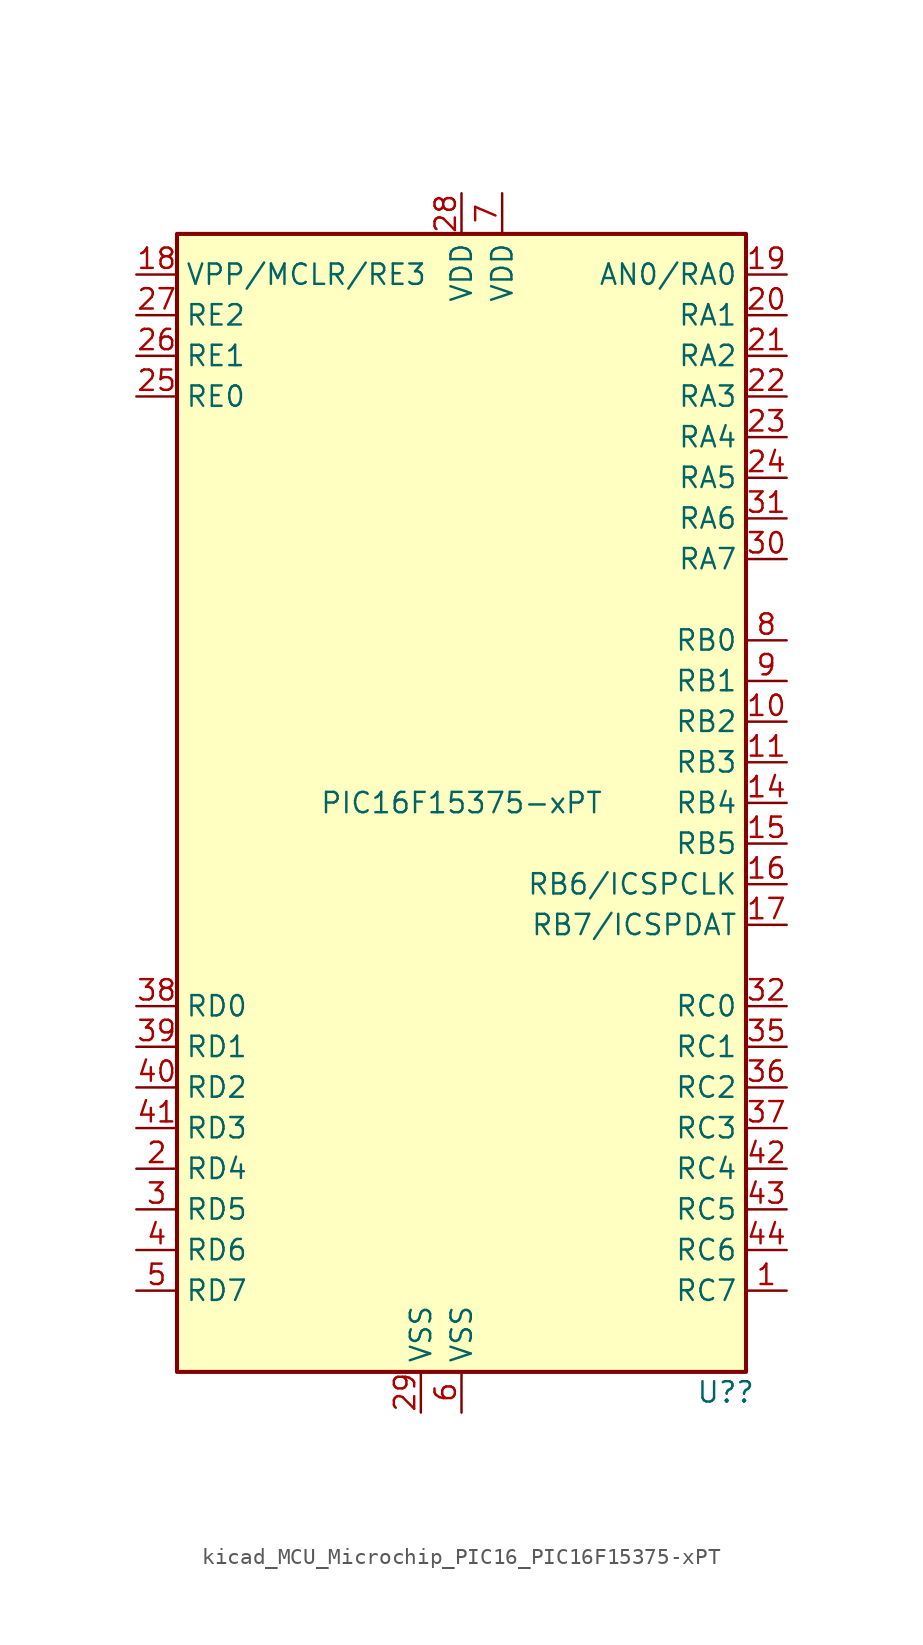
<source format=kicad_sym>
(kicad_symbol_lib
  (version 20220914)
  (generator kicad_symbol_editor)
  (symbol "kicad_MCU_Microchip_PIC16_PIC16F15375-xPT"
    (property "Reference" "U?"
      (at 16.51 -36.83 0)
      (effects (font (size 1.27 1.27))))
    (property "Value" "PIC16F15375-xPT"
      (at 0 0 0)
      (effects (font (size 1.27 1.27))))
    (symbol "kicad_MCU_Microchip_PIC16_PIC16F15375-xPT_0_0"
      (pin no_connect line (at -17.78 5.08 0) (length 2.54) hide (name "NC" (effects (font (size 1.27 1.27)))) (number "12" (effects (font (size 1.27 1.27)))))
      (pin no_connect line (at -17.78 0 0) (length 2.54) hide (name "NC" (effects (font (size 1.27 1.27)))) (number "13" (effects (font (size 1.27 1.27)))))
      (pin no_connect line (at -17.78 2.54 0) (length 2.54) hide (name "NC" (effects (font (size 1.27 1.27)))) (number "33" (effects (font (size 1.27 1.27)))))
      (pin no_connect line (at -17.78 7.62 0) (length 2.54) hide (name "NC" (effects (font (size 1.27 1.27)))) (number "34" (effects (font (size 1.27 1.27))))))
    (symbol "kicad_MCU_Microchip_PIC16_PIC16F15375-xPT_0_1"
      (rectangle (start -17.78 35.56) (end 17.78 -35.56) (stroke (width 0.254) (type default)) (fill (type background))))
    (symbol "kicad_MCU_Microchip_PIC16_PIC16F15375-xPT_1_1"
      (pin bidirectional line (at 20.32 -30.48 180) (length 2.54) (name "RC7" (effects (font (size 1.27 1.27)))) (number "1" (effects (font (size 1.27 1.27)))))
      (pin bidirectional line (at 20.32 5.08 180) (length 2.54) (name "RB2" (effects (font (size 1.27 1.27)))) (number "10" (effects (font (size 1.27 1.27)))))
      (pin bidirectional line (at 20.32 2.54 180) (length 2.54) (name "RB3" (effects (font (size 1.27 1.27)))) (number "11" (effects (font (size 1.27 1.27)))))
      (pin bidirectional line (at 20.32 0 180) (length 2.54) (name "RB4" (effects (font (size 1.27 1.27)))) (number "14" (effects (font (size 1.27 1.27)))))
      (pin bidirectional line (at 20.32 -2.54 180) (length 2.54) (name "RB5" (effects (font (size 1.27 1.27)))) (number "15" (effects (font (size 1.27 1.27)))))
      (pin bidirectional line (at 20.32 -5.08 180) (length 2.54) (name "RB6/ICSPCLK" (effects (font (size 1.27 1.27)))) (number "16" (effects (font (size 1.27 1.27)))))
      (pin bidirectional line (at 20.32 -7.62 180) (length 2.54) (name "RB7/ICSPDAT" (effects (font (size 1.27 1.27)))) (number "17" (effects (font (size 1.27 1.27)))))
      (pin bidirectional line (at -20.32 33.02 0) (length 2.54) (name "VPP/MCLR/RE3" (effects (font (size 1.27 1.27)))) (number "18" (effects (font (size 1.27 1.27)))))
      (pin bidirectional line (at 20.32 33.02 180) (length 2.54) (name "AN0/RA0" (effects (font (size 1.27 1.27)))) (number "19" (effects (font (size 1.27 1.27)))))
      (pin bidirectional line (at -20.32 -22.86 0) (length 2.54) (name "RD4" (effects (font (size 1.27 1.27)))) (number "2" (effects (font (size 1.27 1.27)))))
      (pin bidirectional line (at 20.32 30.48 180) (length 2.54) (name "RA1" (effects (font (size 1.27 1.27)))) (number "20" (effects (font (size 1.27 1.27)))))
      (pin bidirectional line (at 20.32 27.94 180) (length 2.54) (name "RA2" (effects (font (size 1.27 1.27)))) (number "21" (effects (font (size 1.27 1.27)))))
      (pin bidirectional line (at 20.32 25.4 180) (length 2.54) (name "RA3" (effects (font (size 1.27 1.27)))) (number "22" (effects (font (size 1.27 1.27)))))
      (pin bidirectional line (at 20.32 22.86 180) (length 2.54) (name "RA4" (effects (font (size 1.27 1.27)))) (number "23" (effects (font (size 1.27 1.27)))))
      (pin bidirectional line (at 20.32 20.32 180) (length 2.54) (name "RA5" (effects (font (size 1.27 1.27)))) (number "24" (effects (font (size 1.27 1.27)))))
      (pin bidirectional line (at -20.32 25.4 0) (length 2.54) (name "RE0" (effects (font (size 1.27 1.27)))) (number "25" (effects (font (size 1.27 1.27)))))
      (pin bidirectional line (at -20.32 27.94 0) (length 2.54) (name "RE1" (effects (font (size 1.27 1.27)))) (number "26" (effects (font (size 1.27 1.27)))))
      (pin bidirectional line (at -20.32 30.48 0) (length 2.54) (name "RE2" (effects (font (size 1.27 1.27)))) (number "27" (effects (font (size 1.27 1.27)))))
      (pin power_in line (at 0 38.1 270) (length 2.54) (name "VDD" (effects (font (size 1.27 1.27)))) (number "28" (effects (font (size 1.27 1.27)))))
      (pin power_in line (at -2.54 -38.1 90) (length 2.54) (name "VSS" (effects (font (size 1.27 1.27)))) (number "29" (effects (font (size 1.27 1.27)))))
      (pin bidirectional line (at -20.32 -25.4 0) (length 2.54) (name "RD5" (effects (font (size 1.27 1.27)))) (number "3" (effects (font (size 1.27 1.27)))))
      (pin bidirectional line (at 20.32 15.24 180) (length 2.54) (name "RA7" (effects (font (size 1.27 1.27)))) (number "30" (effects (font (size 1.27 1.27)))))
      (pin bidirectional line (at 20.32 17.78 180) (length 2.54) (name "RA6" (effects (font (size 1.27 1.27)))) (number "31" (effects (font (size 1.27 1.27)))))
      (pin bidirectional line (at 20.32 -12.7 180) (length 2.54) (name "RC0" (effects (font (size 1.27 1.27)))) (number "32" (effects (font (size 1.27 1.27)))))
      (pin bidirectional line (at 20.32 -15.24 180) (length 2.54) (name "RC1" (effects (font (size 1.27 1.27)))) (number "35" (effects (font (size 1.27 1.27)))))
      (pin bidirectional line (at 20.32 -17.78 180) (length 2.54) (name "RC2" (effects (font (size 1.27 1.27)))) (number "36" (effects (font (size 1.27 1.27)))))
      (pin bidirectional line (at 20.32 -20.32 180) (length 2.54) (name "RC3" (effects (font (size 1.27 1.27)))) (number "37" (effects (font (size 1.27 1.27)))))
      (pin bidirectional line (at -20.32 -12.7 0) (length 2.54) (name "RD0" (effects (font (size 1.27 1.27)))) (number "38" (effects (font (size 1.27 1.27)))))
      (pin bidirectional line (at -20.32 -15.24 0) (length 2.54) (name "RD1" (effects (font (size 1.27 1.27)))) (number "39" (effects (font (size 1.27 1.27)))))
      (pin bidirectional line (at -20.32 -27.94 0) (length 2.54) (name "RD6" (effects (font (size 1.27 1.27)))) (number "4" (effects (font (size 1.27 1.27)))))
      (pin bidirectional line (at -20.32 -17.78 0) (length 2.54) (name "RD2" (effects (font (size 1.27 1.27)))) (number "40" (effects (font (size 1.27 1.27)))))
      (pin bidirectional line (at -20.32 -20.32 0) (length 2.54) (name "RD3" (effects (font (size 1.27 1.27)))) (number "41" (effects (font (size 1.27 1.27)))))
      (pin bidirectional line (at 20.32 -22.86 180) (length 2.54) (name "RC4" (effects (font (size 1.27 1.27)))) (number "42" (effects (font (size 1.27 1.27)))))
      (pin bidirectional line (at 20.32 -25.4 180) (length 2.54) (name "RC5" (effects (font (size 1.27 1.27)))) (number "43" (effects (font (size 1.27 1.27)))))
      (pin bidirectional line (at 20.32 -27.94 180) (length 2.54) (name "RC6" (effects (font (size 1.27 1.27)))) (number "44" (effects (font (size 1.27 1.27)))))
      (pin bidirectional line (at -20.32 -30.48 0) (length 2.54) (name "RD7" (effects (font (size 1.27 1.27)))) (number "5" (effects (font (size 1.27 1.27)))))
      (pin power_in line (at 0 -38.1 90) (length 2.54) (name "VSS" (effects (font (size 1.27 1.27)))) (number "6" (effects (font (size 1.27 1.27)))))
      (pin power_in line (at 2.54 38.1 270) (length 2.54) (name "VDD" (effects (font (size 1.27 1.27)))) (number "7" (effects (font (size 1.27 1.27)))))
      (pin bidirectional line (at 20.32 10.16 180) (length 2.54) (name "RB0" (effects (font (size 1.27 1.27)))) (number "8" (effects (font (size 1.27 1.27)))))
      (pin bidirectional line (at 20.32 7.62 180) (length 2.54) (name "RB1" (effects (font (size 1.27 1.27)))) (number "9" (effects (font (size 1.27 1.27))))))))
</source>
